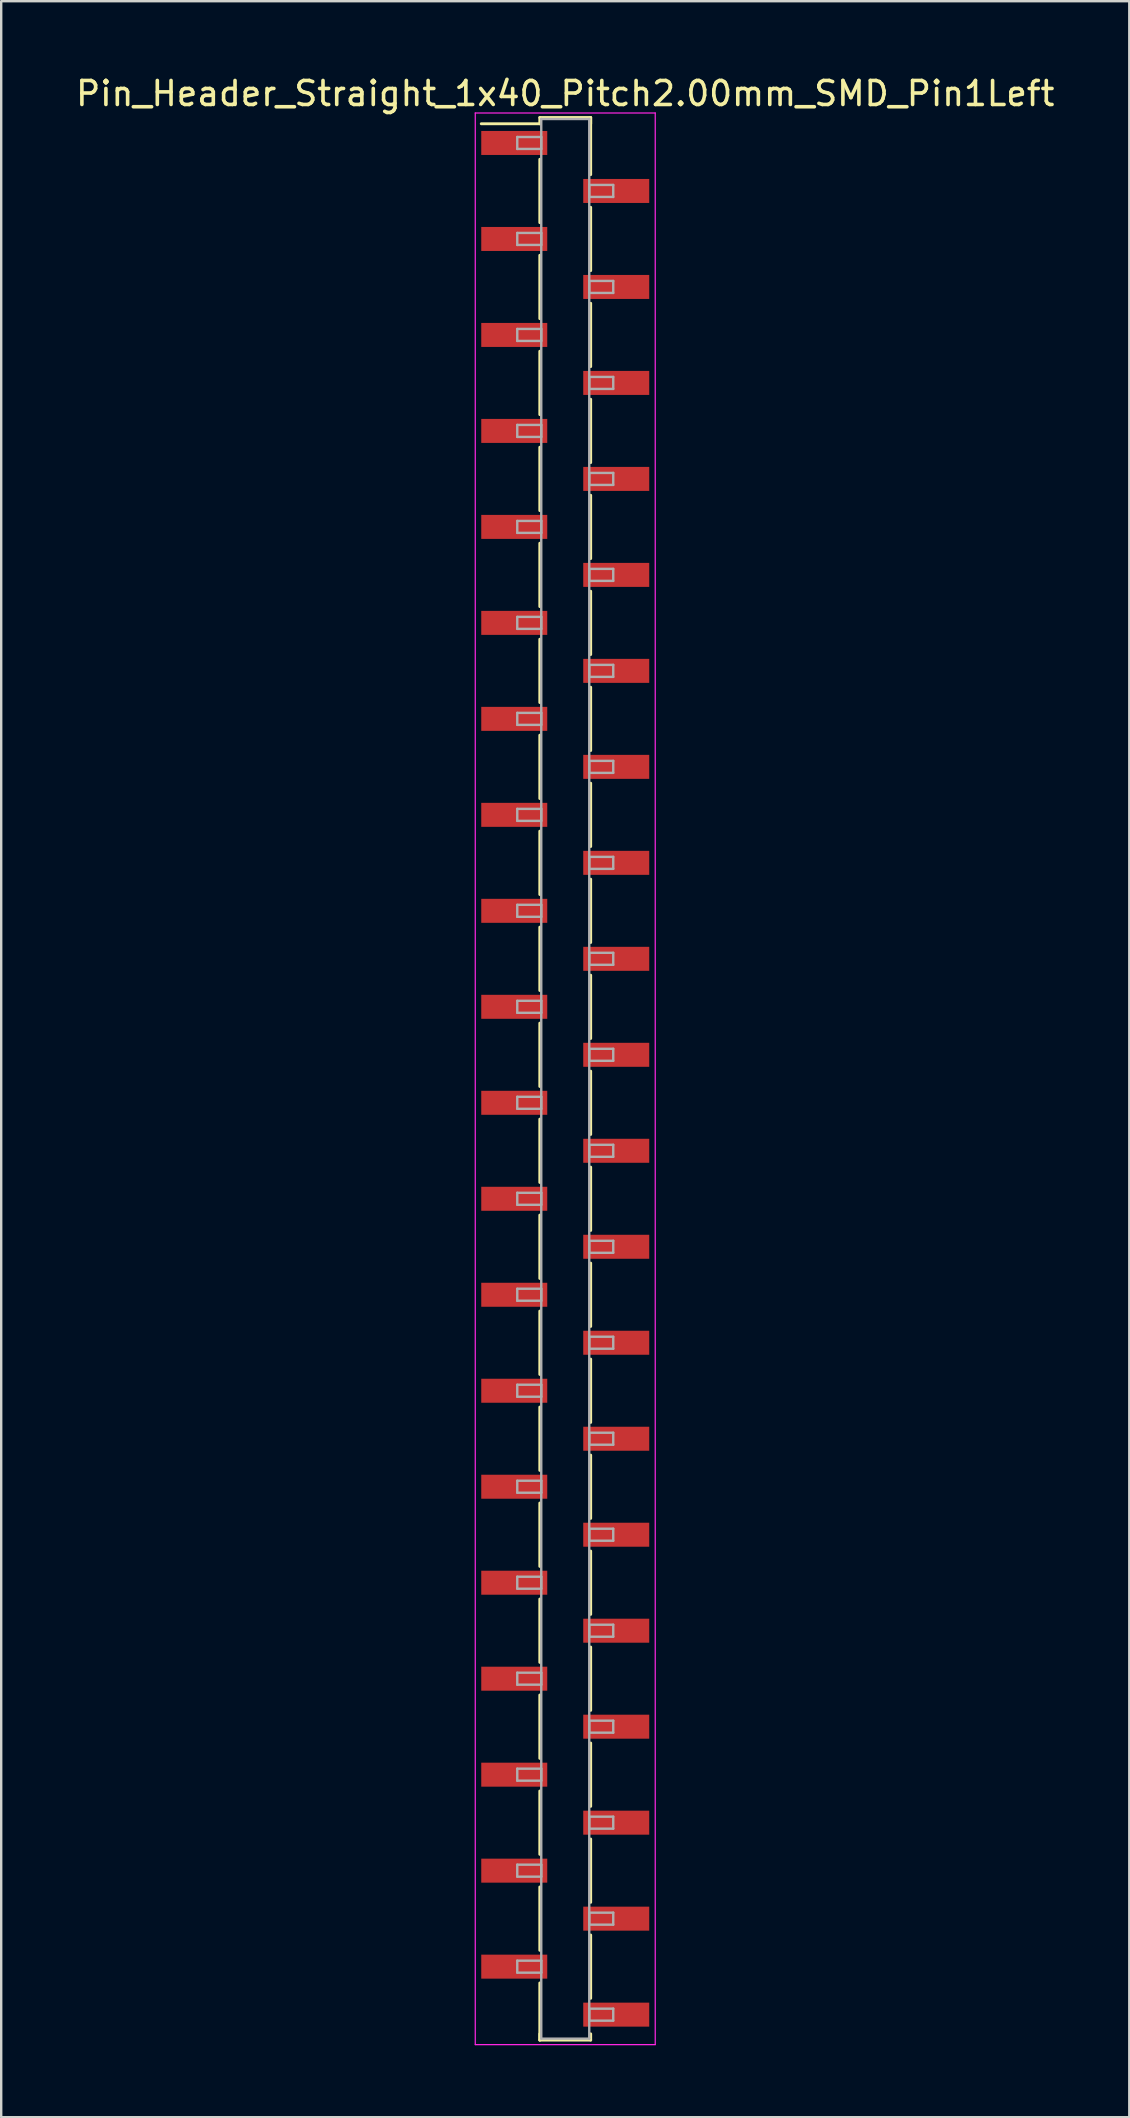
<source format=kicad_pcb>
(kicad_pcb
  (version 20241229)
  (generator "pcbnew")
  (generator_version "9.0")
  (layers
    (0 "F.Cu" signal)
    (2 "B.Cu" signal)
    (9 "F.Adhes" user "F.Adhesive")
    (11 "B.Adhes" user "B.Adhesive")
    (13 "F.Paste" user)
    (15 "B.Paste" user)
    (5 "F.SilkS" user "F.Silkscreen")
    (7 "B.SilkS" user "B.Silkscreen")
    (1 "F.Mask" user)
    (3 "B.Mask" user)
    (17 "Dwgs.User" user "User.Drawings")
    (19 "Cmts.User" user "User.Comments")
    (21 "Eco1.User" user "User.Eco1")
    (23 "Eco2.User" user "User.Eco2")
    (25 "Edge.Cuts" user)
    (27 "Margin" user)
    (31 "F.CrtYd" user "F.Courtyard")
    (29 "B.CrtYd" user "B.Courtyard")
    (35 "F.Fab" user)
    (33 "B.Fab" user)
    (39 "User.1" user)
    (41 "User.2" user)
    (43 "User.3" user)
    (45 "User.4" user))
  (footprint "Pin_Header_Straight_1x40_Pitch2.00mm_SMD_Pin1Left"
    (layer "F.Cu")
    (at 20.506 41.908)
    (property "Reference" "Pin_Header_Straight_1x40_Pitch2.00mm_SMD_Pin1Left" (at 0 -41.06 0) (layer "F.SilkS") (effects (font (size 1 1) (thickness 0.15))))
    (attr smd)
    (fp_line (start -1.06 -40.06) (end 1.06 -40.06) (stroke (width 0.12) (type solid)) (layer "F.SilkS"))
    (fp_line (start -1.06 -39.8) (end -3.5 -39.8) (stroke (width 0.12) (type solid)) (layer "F.SilkS"))
    (fp_line (start -1.06 -39.8) (end -1.06 -40.06) (stroke (width 0.12) (type solid)) (layer "F.SilkS"))
    (fp_line (start -1.06 -38.32) (end -1.06 -35.68) (stroke (width 0.12) (type solid)) (layer "F.SilkS"))
    (fp_line (start -1.06 -34.32) (end -1.06 -31.68) (stroke (width 0.12) (type solid)) (layer "F.SilkS"))
    (fp_line (start -1.06 -30.32) (end -1.06 -27.68) (stroke (width 0.12) (type solid)) (layer "F.SilkS"))
    (fp_line (start -1.06 -26.32) (end -1.06 -23.68) (stroke (width 0.12) (type solid)) (layer "F.SilkS"))
    (fp_line (start -1.06 -22.32) (end -1.06 -19.68) (stroke (width 0.12) (type solid)) (layer "F.SilkS"))
    (fp_line (start -1.06 -18.32) (end -1.06 -15.68) (stroke (width 0.12) (type solid)) (layer "F.SilkS"))
    (fp_line (start -1.06 -14.32) (end -1.06 -11.68) (stroke (width 0.12) (type solid)) (layer "F.SilkS"))
    (fp_line (start -1.06 -10.32) (end -1.06 -7.68) (stroke (width 0.12) (type solid)) (layer "F.SilkS"))
    (fp_line (start -1.06 -6.32) (end -1.06 -3.68) (stroke (width 0.12) (type solid)) (layer "F.SilkS"))
    (fp_line (start -1.06 -2.32) (end -1.06 0.32) (stroke (width 0.12) (type solid)) (layer "F.SilkS"))
    (fp_line (start -1.06 1.68) (end -1.06 4.32) (stroke (width 0.12) (type solid)) (layer "F.SilkS"))
    (fp_line (start -1.06 5.68) (end -1.06 8.32) (stroke (width 0.12) (type solid)) (layer "F.SilkS"))
    (fp_line (start -1.06 9.68) (end -1.06 12.32) (stroke (width 0.12) (type solid)) (layer "F.SilkS"))
    (fp_line (start -1.06 13.68) (end -1.06 16.32) (stroke (width 0.12) (type solid)) (layer "F.SilkS"))
    (fp_line (start -1.06 17.68) (end -1.06 20.32) (stroke (width 0.12) (type solid)) (layer "F.SilkS"))
    (fp_line (start -1.06 21.68) (end -1.06 24.32) (stroke (width 0.12) (type solid)) (layer "F.SilkS"))
    (fp_line (start -1.06 25.68) (end -1.06 28.32) (stroke (width 0.12) (type solid)) (layer "F.SilkS"))
    (fp_line (start -1.06 29.68) (end -1.06 32.32) (stroke (width 0.12) (type solid)) (layer "F.SilkS"))
    (fp_line (start -1.06 33.68) (end -1.06 36.32) (stroke (width 0.12) (type solid)) (layer "F.SilkS"))
    (fp_line (start -1.06 37.68) (end -1.06 40.06) (stroke (width 0.12) (type solid)) (layer "F.SilkS"))
    (fp_line (start -1.06 39.8) (end -1.06 40.06) (stroke (width 0.12) (type solid)) (layer "F.SilkS"))
    (fp_line (start -1.06 40.06) (end 1.06 40.06) (stroke (width 0.12) (type solid)) (layer "F.SilkS"))
    (fp_line (start 1.06 -40.06) (end 1.06 -39.8) (stroke (width 0.12) (type solid)) (layer "F.SilkS"))
    (fp_line (start 1.06 -40.06) (end 1.06 -37.68) (stroke (width 0.12) (type solid)) (layer "F.SilkS"))
    (fp_line (start 1.06 -36.32) (end 1.06 -33.68) (stroke (width 0.12) (type solid)) (layer "F.SilkS"))
    (fp_line (start 1.06 -32.32) (end 1.06 -29.68) (stroke (width 0.12) (type solid)) (layer "F.SilkS"))
    (fp_line (start 1.06 -28.32) (end 1.06 -25.68) (stroke (width 0.12) (type solid)) (layer "F.SilkS"))
    (fp_line (start 1.06 -24.32) (end 1.06 -21.68) (stroke (width 0.12) (type solid)) (layer "F.SilkS"))
    (fp_line (start 1.06 -20.32) (end 1.06 -17.68) (stroke (width 0.12) (type solid)) (layer "F.SilkS"))
    (fp_line (start 1.06 -16.32) (end 1.06 -13.68) (stroke (width 0.12) (type solid)) (layer "F.SilkS"))
    (fp_line (start 1.06 -12.32) (end 1.06 -9.68) (stroke (width 0.12) (type solid)) (layer "F.SilkS"))
    (fp_line (start 1.06 -8.32) (end 1.06 -5.68) (stroke (width 0.12) (type solid)) (layer "F.SilkS"))
    (fp_line (start 1.06 -4.32) (end 1.06 -1.68) (stroke (width 0.12) (type solid)) (layer "F.SilkS"))
    (fp_line (start 1.06 -0.32) (end 1.06 2.32) (stroke (width 0.12) (type solid)) (layer "F.SilkS"))
    (fp_line (start 1.06 3.68) (end 1.06 6.32) (stroke (width 0.12) (type solid)) (layer "F.SilkS"))
    (fp_line (start 1.06 7.68) (end 1.06 10.32) (stroke (width 0.12) (type solid)) (layer "F.SilkS"))
    (fp_line (start 1.06 11.68) (end 1.06 14.32) (stroke (width 0.12) (type solid)) (layer "F.SilkS"))
    (fp_line (start 1.06 15.68) (end 1.06 18.32) (stroke (width 0.12) (type solid)) (layer "F.SilkS"))
    (fp_line (start 1.06 19.68) (end 1.06 22.32) (stroke (width 0.12) (type solid)) (layer "F.SilkS"))
    (fp_line (start 1.06 23.68) (end 1.06 26.32) (stroke (width 0.12) (type solid)) (layer "F.SilkS"))
    (fp_line (start 1.06 27.68) (end 1.06 30.32) (stroke (width 0.12) (type solid)) (layer "F.SilkS"))
    (fp_line (start 1.06 31.68) (end 1.06 34.32) (stroke (width 0.12) (type solid)) (layer "F.SilkS"))
    (fp_line (start 1.06 35.68) (end 1.06 38.32) (stroke (width 0.12) (type solid)) (layer "F.SilkS"))
    (fp_line (start 1.06 40.06) (end 1.06 39.8) (stroke (width 0.12) (type solid)) (layer "F.SilkS"))
    (fp_line (start -3.75 -40.25) (end -3.75 40.25) (stroke (width 0.05) (type solid)) (layer "F.CrtYd"))
    (fp_line (start -3.75 40.25) (end 3.75 40.25) (stroke (width 0.05) (type solid)) (layer "F.CrtYd"))
    (fp_line (start 3.75 -40.25) (end -3.75 -40.25) (stroke (width 0.05) (type solid)) (layer "F.CrtYd"))
    (fp_line (start 3.75 40.25) (end 3.75 -40.25) (stroke (width 0.05) (type solid)) (layer "F.CrtYd"))
    (fp_line (start -2 -39.25) (end -1 -39.25) (stroke (width 0.1) (type solid)) (layer "F.Fab"))
    (fp_line (start -2 -38.75) (end -2 -39.25) (stroke (width 0.1) (type solid)) (layer "F.Fab"))
    (fp_line (start -2 -35.25) (end -1 -35.25) (stroke (width 0.1) (type solid)) (layer "F.Fab"))
    (fp_line (start -2 -34.75) (end -2 -35.25) (stroke (width 0.1) (type solid)) (layer "F.Fab"))
    (fp_line (start -2 -31.25) (end -1 -31.25) (stroke (width 0.1) (type solid)) (layer "F.Fab"))
    (fp_line (start -2 -30.75) (end -2 -31.25) (stroke (width 0.1) (type solid)) (layer "F.Fab"))
    (fp_line (start -2 -27.25) (end -1 -27.25) (stroke (width 0.1) (type solid)) (layer "F.Fab"))
    (fp_line (start -2 -26.75) (end -2 -27.25) (stroke (width 0.1) (type solid)) (layer "F.Fab"))
    (fp_line (start -2 -23.25) (end -1 -23.25) (stroke (width 0.1) (type solid)) (layer "F.Fab"))
    (fp_line (start -2 -22.75) (end -2 -23.25) (stroke (width 0.1) (type solid)) (layer "F.Fab"))
    (fp_line (start -2 -19.25) (end -1 -19.25) (stroke (width 0.1) (type solid)) (layer "F.Fab"))
    (fp_line (start -2 -18.75) (end -2 -19.25) (stroke (width 0.1) (type solid)) (layer "F.Fab"))
    (fp_line (start -2 -15.25) (end -1 -15.25) (stroke (width 0.1) (type solid)) (layer "F.Fab"))
    (fp_line (start -2 -14.75) (end -2 -15.25) (stroke (width 0.1) (type solid)) (layer "F.Fab"))
    (fp_line (start -2 -11.25) (end -1 -11.25) (stroke (width 0.1) (type solid)) (layer "F.Fab"))
    (fp_line (start -2 -10.75) (end -2 -11.25) (stroke (width 0.1) (type solid)) (layer "F.Fab"))
    (fp_line (start -2 -7.25) (end -1 -7.25) (stroke (width 0.1) (type solid)) (layer "F.Fab"))
    (fp_line (start -2 -6.75) (end -2 -7.25) (stroke (width 0.1) (type solid)) (layer "F.Fab"))
    (fp_line (start -2 -3.25) (end -1 -3.25) (stroke (width 0.1) (type solid)) (layer "F.Fab"))
    (fp_line (start -2 -2.75) (end -2 -3.25) (stroke (width 0.1) (type solid)) (layer "F.Fab"))
    (fp_line (start -2 0.75) (end -1 0.75) (stroke (width 0.1) (type solid)) (layer "F.Fab"))
    (fp_line (start -2 1.25) (end -2 0.75) (stroke (width 0.1) (type solid)) (layer "F.Fab"))
    (fp_line (start -2 4.75) (end -1 4.75) (stroke (width 0.1) (type solid)) (layer "F.Fab"))
    (fp_line (start -2 5.25) (end -2 4.75) (stroke (width 0.1) (type solid)) (layer "F.Fab"))
    (fp_line (start -2 8.75) (end -1 8.75) (stroke (width 0.1) (type solid)) (layer "F.Fab"))
    (fp_line (start -2 9.25) (end -2 8.75) (stroke (width 0.1) (type solid)) (layer "F.Fab"))
    (fp_line (start -2 12.75) (end -1 12.75) (stroke (width 0.1) (type solid)) (layer "F.Fab"))
    (fp_line (start -2 13.25) (end -2 12.75) (stroke (width 0.1) (type solid)) (layer "F.Fab"))
    (fp_line (start -2 16.75) (end -1 16.75) (stroke (width 0.1) (type solid)) (layer "F.Fab"))
    (fp_line (start -2 17.25) (end -2 16.75) (stroke (width 0.1) (type solid)) (layer "F.Fab"))
    (fp_line (start -2 20.75) (end -1 20.75) (stroke (width 0.1) (type solid)) (layer "F.Fab"))
    (fp_line (start -2 21.25) (end -2 20.75) (stroke (width 0.1) (type solid)) (layer "F.Fab"))
    (fp_line (start -2 24.75) (end -1 24.75) (stroke (width 0.1) (type solid)) (layer "F.Fab"))
    (fp_line (start -2 25.25) (end -2 24.75) (stroke (width 0.1) (type solid)) (layer "F.Fab"))
    (fp_line (start -2 28.75) (end -1 28.75) (stroke (width 0.1) (type solid)) (layer "F.Fab"))
    (fp_line (start -2 29.25) (end -2 28.75) (stroke (width 0.1) (type solid)) (layer "F.Fab"))
    (fp_line (start -2 32.75) (end -1 32.75) (stroke (width 0.1) (type solid)) (layer "F.Fab"))
    (fp_line (start -2 33.25) (end -2 32.75) (stroke (width 0.1) (type solid)) (layer "F.Fab"))
    (fp_line (start -2 36.75) (end -1 36.75) (stroke (width 0.1) (type solid)) (layer "F.Fab"))
    (fp_line (start -2 37.25) (end -2 36.75) (stroke (width 0.1) (type solid)) (layer "F.Fab"))
    (fp_line (start -1 -40) (end -1 40) (stroke (width 0.1) (type solid)) (layer "F.Fab"))
    (fp_line (start -1 -39.25) (end -1 -38.75) (stroke (width 0.1) (type solid)) (layer "F.Fab"))
    (fp_line (start -1 -38.75) (end -2 -38.75) (stroke (width 0.1) (type solid)) (layer "F.Fab"))
    (fp_line (start -1 -35.25) (end -1 -34.75) (stroke (width 0.1) (type solid)) (layer "F.Fab"))
    (fp_line (start -1 -34.75) (end -2 -34.75) (stroke (width 0.1) (type solid)) (layer "F.Fab"))
    (fp_line (start -1 -31.25) (end -1 -30.75) (stroke (width 0.1) (type solid)) (layer "F.Fab"))
    (fp_line (start -1 -30.75) (end -2 -30.75) (stroke (width 0.1) (type solid)) (layer "F.Fab"))
    (fp_line (start -1 -27.25) (end -1 -26.75) (stroke (width 0.1) (type solid)) (layer "F.Fab"))
    (fp_line (start -1 -26.75) (end -2 -26.75) (stroke (width 0.1) (type solid)) (layer "F.Fab"))
    (fp_line (start -1 -23.25) (end -1 -22.75) (stroke (width 0.1) (type solid)) (layer "F.Fab"))
    (fp_line (start -1 -22.75) (end -2 -22.75) (stroke (width 0.1) (type solid)) (layer "F.Fab"))
    (fp_line (start -1 -19.25) (end -1 -18.75) (stroke (width 0.1) (type solid)) (layer "F.Fab"))
    (fp_line (start -1 -18.75) (end -2 -18.75) (stroke (width 0.1) (type solid)) (layer "F.Fab"))
    (fp_line (start -1 -15.25) (end -1 -14.75) (stroke (width 0.1) (type solid)) (layer "F.Fab"))
    (fp_line (start -1 -14.75) (end -2 -14.75) (stroke (width 0.1) (type solid)) (layer "F.Fab"))
    (fp_line (start -1 -11.25) (end -1 -10.75) (stroke (width 0.1) (type solid)) (layer "F.Fab"))
    (fp_line (start -1 -10.75) (end -2 -10.75) (stroke (width 0.1) (type solid)) (layer "F.Fab"))
    (fp_line (start -1 -7.25) (end -1 -6.75) (stroke (width 0.1) (type solid)) (layer "F.Fab"))
    (fp_line (start -1 -6.75) (end -2 -6.75) (stroke (width 0.1) (type solid)) (layer "F.Fab"))
    (fp_line (start -1 -3.25) (end -1 -2.75) (stroke (width 0.1) (type solid)) (layer "F.Fab"))
    (fp_line (start -1 -2.75) (end -2 -2.75) (stroke (width 0.1) (type solid)) (layer "F.Fab"))
    (fp_line (start -1 0.75) (end -1 1.25) (stroke (width 0.1) (type solid)) (layer "F.Fab"))
    (fp_line (start -1 1.25) (end -2 1.25) (stroke (width 0.1) (type solid)) (layer "F.Fab"))
    (fp_line (start -1 4.75) (end -1 5.25) (stroke (width 0.1) (type solid)) (layer "F.Fab"))
    (fp_line (start -1 5.25) (end -2 5.25) (stroke (width 0.1) (type solid)) (layer "F.Fab"))
    (fp_line (start -1 8.75) (end -1 9.25) (stroke (width 0.1) (type solid)) (layer "F.Fab"))
    (fp_line (start -1 9.25) (end -2 9.25) (stroke (width 0.1) (type solid)) (layer "F.Fab"))
    (fp_line (start -1 12.75) (end -1 13.25) (stroke (width 0.1) (type solid)) (layer "F.Fab"))
    (fp_line (start -1 13.25) (end -2 13.25) (stroke (width 0.1) (type solid)) (layer "F.Fab"))
    (fp_line (start -1 16.75) (end -1 17.25) (stroke (width 0.1) (type solid)) (layer "F.Fab"))
    (fp_line (start -1 17.25) (end -2 17.25) (stroke (width 0.1) (type solid)) (layer "F.Fab"))
    (fp_line (start -1 20.75) (end -1 21.25) (stroke (width 0.1) (type solid)) (layer "F.Fab"))
    (fp_line (start -1 21.25) (end -2 21.25) (stroke (width 0.1) (type solid)) (layer "F.Fab"))
    (fp_line (start -1 24.75) (end -1 25.25) (stroke (width 0.1) (type solid)) (layer "F.Fab"))
    (fp_line (start -1 25.25) (end -2 25.25) (stroke (width 0.1) (type solid)) (layer "F.Fab"))
    (fp_line (start -1 28.75) (end -1 29.25) (stroke (width 0.1) (type solid)) (layer "F.Fab"))
    (fp_line (start -1 29.25) (end -2 29.25) (stroke (width 0.1) (type solid)) (layer "F.Fab"))
    (fp_line (start -1 32.75) (end -1 33.25) (stroke (width 0.1) (type solid)) (layer "F.Fab"))
    (fp_line (start -1 33.25) (end -2 33.25) (stroke (width 0.1) (type solid)) (layer "F.Fab"))
    (fp_line (start -1 36.75) (end -1 37.25) (stroke (width 0.1) (type solid)) (layer "F.Fab"))
    (fp_line (start -1 37.25) (end -2 37.25) (stroke (width 0.1) (type solid)) (layer "F.Fab"))
    (fp_line (start -1 40) (end 1 40) (stroke (width 0.1) (type solid)) (layer "F.Fab"))
    (fp_line (start 1 -40) (end -1 -40) (stroke (width 0.1) (type solid)) (layer "F.Fab"))
    (fp_line (start 1 -37.25) (end 1 -36.75) (stroke (width 0.1) (type solid)) (layer "F.Fab"))
    (fp_line (start 1 -36.75) (end 2 -36.75) (stroke (width 0.1) (type solid)) (layer "F.Fab"))
    (fp_line (start 1 -33.25) (end 1 -32.75) (stroke (width 0.1) (type solid)) (layer "F.Fab"))
    (fp_line (start 1 -32.75) (end 2 -32.75) (stroke (width 0.1) (type solid)) (layer "F.Fab"))
    (fp_line (start 1 -29.25) (end 1 -28.75) (stroke (width 0.1) (type solid)) (layer "F.Fab"))
    (fp_line (start 1 -28.75) (end 2 -28.75) (stroke (width 0.1) (type solid)) (layer "F.Fab"))
    (fp_line (start 1 -25.25) (end 1 -24.75) (stroke (width 0.1) (type solid)) (layer "F.Fab"))
    (fp_line (start 1 -24.75) (end 2 -24.75) (stroke (width 0.1) (type solid)) (layer "F.Fab"))
    (fp_line (start 1 -21.25) (end 1 -20.75) (stroke (width 0.1) (type solid)) (layer "F.Fab"))
    (fp_line (start 1 -20.75) (end 2 -20.75) (stroke (width 0.1) (type solid)) (layer "F.Fab"))
    (fp_line (start 1 -17.25) (end 1 -16.75) (stroke (width 0.1) (type solid)) (layer "F.Fab"))
    (fp_line (start 1 -16.75) (end 2 -16.75) (stroke (width 0.1) (type solid)) (layer "F.Fab"))
    (fp_line (start 1 -13.25) (end 1 -12.75) (stroke (width 0.1) (type solid)) (layer "F.Fab"))
    (fp_line (start 1 -12.75) (end 2 -12.75) (stroke (width 0.1) (type solid)) (layer "F.Fab"))
    (fp_line (start 1 -9.25) (end 1 -8.75) (stroke (width 0.1) (type solid)) (layer "F.Fab"))
    (fp_line (start 1 -8.75) (end 2 -8.75) (stroke (width 0.1) (type solid)) (layer "F.Fab"))
    (fp_line (start 1 -5.25) (end 1 -4.75) (stroke (width 0.1) (type solid)) (layer "F.Fab"))
    (fp_line (start 1 -4.75) (end 2 -4.75) (stroke (width 0.1) (type solid)) (layer "F.Fab"))
    (fp_line (start 1 -1.25) (end 1 -0.75) (stroke (width 0.1) (type solid)) (layer "F.Fab"))
    (fp_line (start 1 -0.75) (end 2 -0.75) (stroke (width 0.1) (type solid)) (layer "F.Fab"))
    (fp_line (start 1 2.75) (end 1 3.25) (stroke (width 0.1) (type solid)) (layer "F.Fab"))
    (fp_line (start 1 3.25) (end 2 3.25) (stroke (width 0.1) (type solid)) (layer "F.Fab"))
    (fp_line (start 1 6.75) (end 1 7.25) (stroke (width 0.1) (type solid)) (layer "F.Fab"))
    (fp_line (start 1 7.25) (end 2 7.25) (stroke (width 0.1) (type solid)) (layer "F.Fab"))
    (fp_line (start 1 10.75) (end 1 11.25) (stroke (width 0.1) (type solid)) (layer "F.Fab"))
    (fp_line (start 1 11.25) (end 2 11.25) (stroke (width 0.1) (type solid)) (layer "F.Fab"))
    (fp_line (start 1 14.75) (end 1 15.25) (stroke (width 0.1) (type solid)) (layer "F.Fab"))
    (fp_line (start 1 15.25) (end 2 15.25) (stroke (width 0.1) (type solid)) (layer "F.Fab"))
    (fp_line (start 1 18.75) (end 1 19.25) (stroke (width 0.1) (type solid)) (layer "F.Fab"))
    (fp_line (start 1 19.25) (end 2 19.25) (stroke (width 0.1) (type solid)) (layer "F.Fab"))
    (fp_line (start 1 22.75) (end 1 23.25) (stroke (width 0.1) (type solid)) (layer "F.Fab"))
    (fp_line (start 1 23.25) (end 2 23.25) (stroke (width 0.1) (type solid)) (layer "F.Fab"))
    (fp_line (start 1 26.75) (end 1 27.25) (stroke (width 0.1) (type solid)) (layer "F.Fab"))
    (fp_line (start 1 27.25) (end 2 27.25) (stroke (width 0.1) (type solid)) (layer "F.Fab"))
    (fp_line (start 1 30.75) (end 1 31.25) (stroke (width 0.1) (type solid)) (layer "F.Fab"))
    (fp_line (start 1 31.25) (end 2 31.25) (stroke (width 0.1) (type solid)) (layer "F.Fab"))
    (fp_line (start 1 34.75) (end 1 35.25) (stroke (width 0.1) (type solid)) (layer "F.Fab"))
    (fp_line (start 1 35.25) (end 2 35.25) (stroke (width 0.1) (type solid)) (layer "F.Fab"))
    (fp_line (start 1 38.75) (end 1 39.25) (stroke (width 0.1) (type solid)) (layer "F.Fab"))
    (fp_line (start 1 39.25) (end 2 39.25) (stroke (width 0.1) (type solid)) (layer "F.Fab"))
    (fp_line (start 1 40) (end 1 -40) (stroke (width 0.1) (type solid)) (layer "F.Fab"))
    (fp_line (start 2 -37.25) (end 1 -37.25) (stroke (width 0.1) (type solid)) (layer "F.Fab"))
    (fp_line (start 2 -36.75) (end 2 -37.25) (stroke (width 0.1) (type solid)) (layer "F.Fab"))
    (fp_line (start 2 -33.25) (end 1 -33.25) (stroke (width 0.1) (type solid)) (layer "F.Fab"))
    (fp_line (start 2 -32.75) (end 2 -33.25) (stroke (width 0.1) (type solid)) (layer "F.Fab"))
    (fp_line (start 2 -29.25) (end 1 -29.25) (stroke (width 0.1) (type solid)) (layer "F.Fab"))
    (fp_line (start 2 -28.75) (end 2 -29.25) (stroke (width 0.1) (type solid)) (layer "F.Fab"))
    (fp_line (start 2 -25.25) (end 1 -25.25) (stroke (width 0.1) (type solid)) (layer "F.Fab"))
    (fp_line (start 2 -24.75) (end 2 -25.25) (stroke (width 0.1) (type solid)) (layer "F.Fab"))
    (fp_line (start 2 -21.25) (end 1 -21.25) (stroke (width 0.1) (type solid)) (layer "F.Fab"))
    (fp_line (start 2 -20.75) (end 2 -21.25) (stroke (width 0.1) (type solid)) (layer "F.Fab"))
    (fp_line (start 2 -17.25) (end 1 -17.25) (stroke (width 0.1) (type solid)) (layer "F.Fab"))
    (fp_line (start 2 -16.75) (end 2 -17.25) (stroke (width 0.1) (type solid)) (layer "F.Fab"))
    (fp_line (start 2 -13.25) (end 1 -13.25) (stroke (width 0.1) (type solid)) (layer "F.Fab"))
    (fp_line (start 2 -12.75) (end 2 -13.25) (stroke (width 0.1) (type solid)) (layer "F.Fab"))
    (fp_line (start 2 -9.25) (end 1 -9.25) (stroke (width 0.1) (type solid)) (layer "F.Fab"))
    (fp_line (start 2 -8.75) (end 2 -9.25) (stroke (width 0.1) (type solid)) (layer "F.Fab"))
    (fp_line (start 2 -5.25) (end 1 -5.25) (stroke (width 0.1) (type solid)) (layer "F.Fab"))
    (fp_line (start 2 -4.75) (end 2 -5.25) (stroke (width 0.1) (type solid)) (layer "F.Fab"))
    (fp_line (start 2 -1.25) (end 1 -1.25) (stroke (width 0.1) (type solid)) (layer "F.Fab"))
    (fp_line (start 2 -0.75) (end 2 -1.25) (stroke (width 0.1) (type solid)) (layer "F.Fab"))
    (fp_line (start 2 2.75) (end 1 2.75) (stroke (width 0.1) (type solid)) (layer "F.Fab"))
    (fp_line (start 2 3.25) (end 2 2.75) (stroke (width 0.1) (type solid)) (layer "F.Fab"))
    (fp_line (start 2 6.75) (end 1 6.75) (stroke (width 0.1) (type solid)) (layer "F.Fab"))
    (fp_line (start 2 7.25) (end 2 6.75) (stroke (width 0.1) (type solid)) (layer "F.Fab"))
    (fp_line (start 2 10.75) (end 1 10.75) (stroke (width 0.1) (type solid)) (layer "F.Fab"))
    (fp_line (start 2 11.25) (end 2 10.75) (stroke (width 0.1) (type solid)) (layer "F.Fab"))
    (fp_line (start 2 14.75) (end 1 14.75) (stroke (width 0.1) (type solid)) (layer "F.Fab"))
    (fp_line (start 2 15.25) (end 2 14.75) (stroke (width 0.1) (type solid)) (layer "F.Fab"))
    (fp_line (start 2 18.75) (end 1 18.75) (stroke (width 0.1) (type solid)) (layer "F.Fab"))
    (fp_line (start 2 19.25) (end 2 18.75) (stroke (width 0.1) (type solid)) (layer "F.Fab"))
    (fp_line (start 2 22.75) (end 1 22.75) (stroke (width 0.1) (type solid)) (layer "F.Fab"))
    (fp_line (start 2 23.25) (end 2 22.75) (stroke (width 0.1) (type solid)) (layer "F.Fab"))
    (fp_line (start 2 26.75) (end 1 26.75) (stroke (width 0.1) (type solid)) (layer "F.Fab"))
    (fp_line (start 2 27.25) (end 2 26.75) (stroke (width 0.1) (type solid)) (layer "F.Fab"))
    (fp_line (start 2 30.75) (end 1 30.75) (stroke (width 0.1) (type solid)) (layer "F.Fab"))
    (fp_line (start 2 31.25) (end 2 30.75) (stroke (width 0.1) (type solid)) (layer "F.Fab"))
    (fp_line (start 2 34.75) (end 1 34.75) (stroke (width 0.1) (type solid)) (layer "F.Fab"))
    (fp_line (start 2 35.25) (end 2 34.75) (stroke (width 0.1) (type solid)) (layer "F.Fab"))
    (fp_line (start 2 38.75) (end 1 38.75) (stroke (width 0.1) (type solid)) (layer "F.Fab"))
    (fp_line (start 2 39.25) (end 2 38.75) (stroke (width 0.1) (type solid)) (layer "F.Fab"))
    (pad "1" smd rect (at -2.125 -39) (size 2.75 1) (layers "F.Cu" "F.Mask"))
    (pad "2" smd rect (at 2.125 -37) (size 2.75 1) (layers "F.Cu" "F.Mask"))
    (pad "3" smd rect (at -2.125 -35) (size 2.75 1) (layers "F.Cu" "F.Mask"))
    (pad "4" smd rect (at 2.125 -33) (size 2.75 1) (layers "F.Cu" "F.Mask"))
    (pad "5" smd rect (at -2.125 -31) (size 2.75 1) (layers "F.Cu" "F.Mask"))
    (pad "6" smd rect (at 2.125 -29) (size 2.75 1) (layers "F.Cu" "F.Mask"))
    (pad "7" smd rect (at -2.125 -27) (size 2.75 1) (layers "F.Cu" "F.Mask"))
    (pad "8" smd rect (at 2.125 -25) (size 2.75 1) (layers "F.Cu" "F.Mask"))
    (pad "9" smd rect (at -2.125 -23) (size 2.75 1) (layers "F.Cu" "F.Mask"))
    (pad "10" smd rect (at 2.125 -21) (size 2.75 1) (layers "F.Cu" "F.Mask"))
    (pad "11" smd rect (at -2.125 -19) (size 2.75 1) (layers "F.Cu" "F.Mask"))
    (pad "12" smd rect (at 2.125 -17) (size 2.75 1) (layers "F.Cu" "F.Mask"))
    (pad "13" smd rect (at -2.125 -15) (size 2.75 1) (layers "F.Cu" "F.Mask"))
    (pad "14" smd rect (at 2.125 -13) (size 2.75 1) (layers "F.Cu" "F.Mask"))
    (pad "15" smd rect (at -2.125 -11) (size 2.75 1) (layers "F.Cu" "F.Mask"))
    (pad "16" smd rect (at 2.125 -9) (size 2.75 1) (layers "F.Cu" "F.Mask"))
    (pad "17" smd rect (at -2.125 -7) (size 2.75 1) (layers "F.Cu" "F.Mask"))
    (pad "18" smd rect (at 2.125 -5) (size 2.75 1) (layers "F.Cu" "F.Mask"))
    (pad "19" smd rect (at -2.125 -3) (size 2.75 1) (layers "F.Cu" "F.Mask"))
    (pad "20" smd rect (at 2.125 -1) (size 2.75 1) (layers "F.Cu" "F.Mask"))
    (pad "21" smd rect (at -2.125 1) (size 2.75 1) (layers "F.Cu" "F.Mask"))
    (pad "22" smd rect (at 2.125 3) (size 2.75 1) (layers "F.Cu" "F.Mask"))
    (pad "23" smd rect (at -2.125 5) (size 2.75 1) (layers "F.Cu" "F.Mask"))
    (pad "24" smd rect (at 2.125 7) (size 2.75 1) (layers "F.Cu" "F.Mask"))
    (pad "25" smd rect (at -2.125 9) (size 2.75 1) (layers "F.Cu" "F.Mask"))
    (pad "26" smd rect (at 2.125 11) (size 2.75 1) (layers "F.Cu" "F.Mask"))
    (pad "27" smd rect (at -2.125 13) (size 2.75 1) (layers "F.Cu" "F.Mask"))
    (pad "28" smd rect (at 2.125 15) (size 2.75 1) (layers "F.Cu" "F.Mask"))
    (pad "29" smd rect (at -2.125 17) (size 2.75 1) (layers "F.Cu" "F.Mask"))
    (pad "30" smd rect (at 2.125 19) (size 2.75 1) (layers "F.Cu" "F.Mask"))
    (pad "31" smd rect (at -2.125 21) (size 2.75 1) (layers "F.Cu" "F.Mask"))
    (pad "32" smd rect (at 2.125 23) (size 2.75 1) (layers "F.Cu" "F.Mask"))
    (pad "33" smd rect (at -2.125 25) (size 2.75 1) (layers "F.Cu" "F.Mask"))
    (pad "34" smd rect (at 2.125 27) (size 2.75 1) (layers "F.Cu" "F.Mask"))
    (pad "35" smd rect (at -2.125 29) (size 2.75 1) (layers "F.Cu" "F.Mask"))
    (pad "36" smd rect (at 2.125 31) (size 2.75 1) (layers "F.Cu" "F.Mask"))
    (pad "37" smd rect (at -2.125 33) (size 2.75 1) (layers "F.Cu" "F.Mask"))
    (pad "38" smd rect (at 2.125 35) (size 2.75 1) (layers "F.Cu" "F.Mask"))
    (pad "39" smd rect (at -2.125 37) (size 2.75 1) (layers "F.Cu" "F.Mask"))
    (pad "40" smd rect (at 2.125 39) (size 2.75 1) (layers "F.Cu" "F.Mask")))
  (gr_rect
    (start -3 -3)
    (end 44.012 85.183)
    (stroke (width 0.1) (type default))
    (fill no)
    (layer "Edge.Cuts")))
</source>
